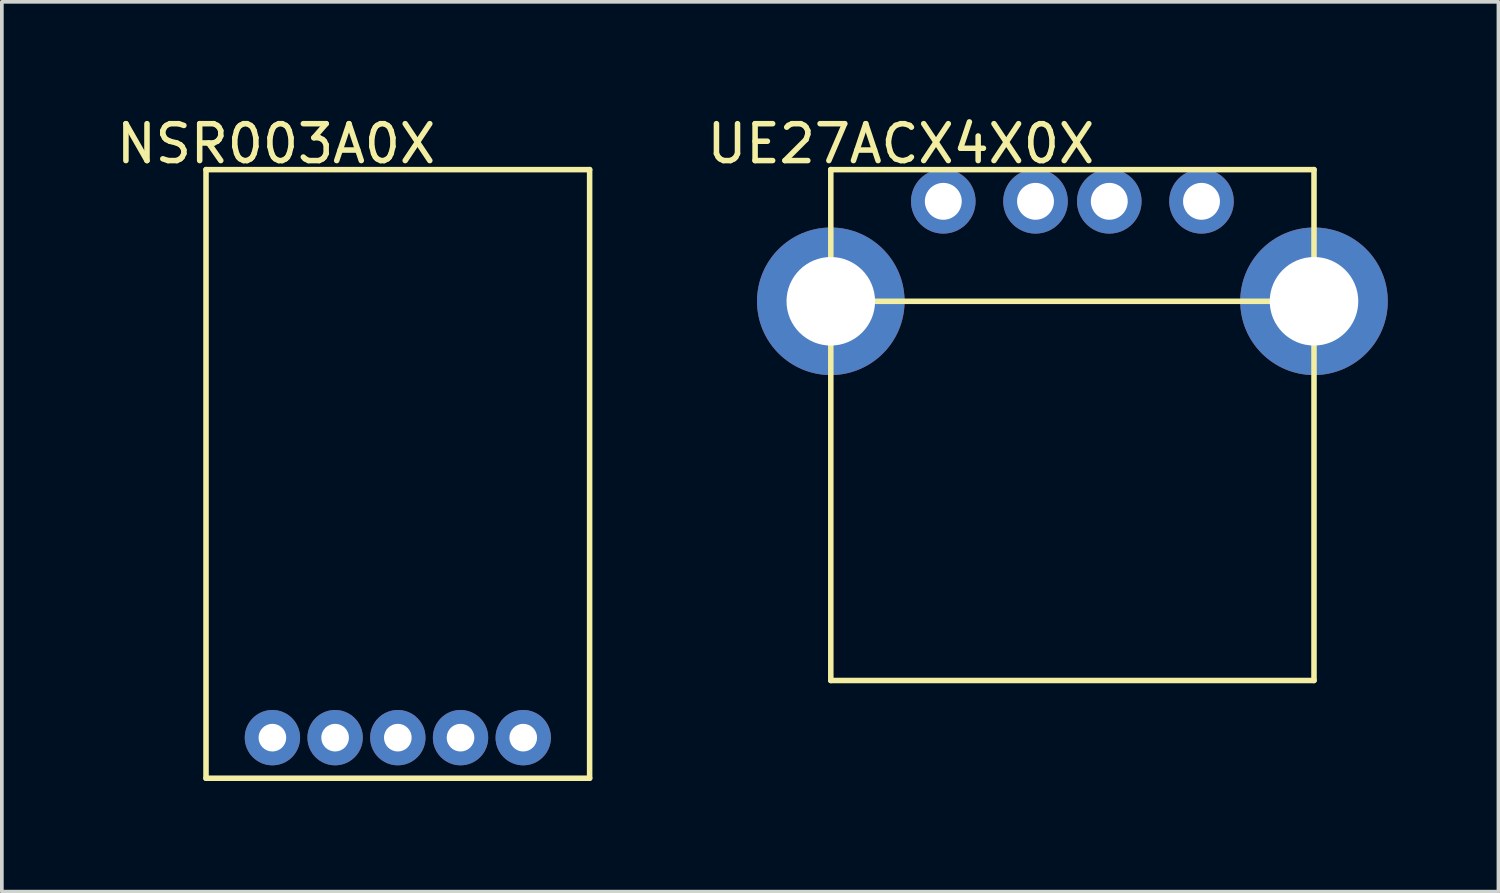
<source format=kicad_pcb>
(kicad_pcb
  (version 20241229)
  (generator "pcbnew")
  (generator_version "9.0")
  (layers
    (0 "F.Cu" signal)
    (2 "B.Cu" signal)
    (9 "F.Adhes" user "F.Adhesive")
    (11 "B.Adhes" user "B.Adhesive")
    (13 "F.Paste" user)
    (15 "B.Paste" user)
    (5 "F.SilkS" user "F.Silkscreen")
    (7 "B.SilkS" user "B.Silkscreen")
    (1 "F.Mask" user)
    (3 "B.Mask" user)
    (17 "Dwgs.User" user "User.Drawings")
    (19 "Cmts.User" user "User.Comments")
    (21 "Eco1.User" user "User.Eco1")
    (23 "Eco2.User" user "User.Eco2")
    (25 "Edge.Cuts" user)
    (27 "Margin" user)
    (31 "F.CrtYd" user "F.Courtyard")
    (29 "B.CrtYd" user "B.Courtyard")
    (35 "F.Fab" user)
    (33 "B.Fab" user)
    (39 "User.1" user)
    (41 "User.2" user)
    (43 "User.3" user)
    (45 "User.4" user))
  (footprint "UE27ACX4X0X"
    (layer "F.Cu")
    (at 19.473 1.548)
    (property "Reference" "UE27ACX4X0X" (at 1.9 -0.7 0) (layer "F.SilkS") (effects (font (size 1 1) (thickness 0.15))))
    (attr through_hole)
    (fp_line (start 0 0) (end 13.1 0) (stroke (width 0.15) (type solid)) (layer "F.SilkS"))
    (fp_line (start 0 3.57) (end 13.1 3.57) (stroke (width 0.15) (type solid)) (layer "F.SilkS"))
    (fp_line (start 0 13.85) (end 0 0) (stroke (width 0.15) (type solid)) (layer "F.SilkS"))
    (fp_line (start 13.1 0) (end 13.1 13.85) (stroke (width 0.15) (type solid)) (layer "F.SilkS"))
    (fp_line (start 13.1 13.85) (end 0 13.85) (stroke (width 0.15) (type solid)) (layer "F.SilkS"))
    (pad "1" thru_hole circle (at 3.05 0.86) (size 1.75 1.75) (drill 1) (layers "*.Cu" "*.Mask"))
    (pad "2" thru_hole circle (at 5.55 0.86) (size 1.75 1.75) (drill 1) (layers "*.Cu" "*.Mask"))
    (pad "3" thru_hole circle (at 7.55 0.86) (size 1.75 1.75) (drill 1) (layers "*.Cu" "*.Mask"))
    (pad "4" thru_hole circle (at 10.05 0.86) (size 1.75 1.75) (drill 1) (layers "*.Cu" "*.Mask"))
    (pad "5" thru_hole circle (at 0 3.57) (size 4 4) (drill 2.4) (layers "*.Cu" "*.Mask"))
    (pad "5" thru_hole circle (at 13.1 3.57) (size 4 4) (drill 2.4) (layers "*.Cu" "*.Mask")))
  (footprint "NSR003A0X"
    (layer "F.Cu")
    (at 2.535 1.548)
    (property "Reference" "NSR003A0X" (at 1.9 -0.7 0) (layer "F.SilkS") (effects (font (size 1 1) (thickness 0.15))))
    (attr through_hole)
    (fp_line (start 0 0) (end 10.4 0) (stroke (width 0.15) (type solid)) (layer "F.SilkS"))
    (fp_line (start 0 16.5) (end 0 0) (stroke (width 0.15) (type solid)) (layer "F.SilkS"))
    (fp_line (start 10.4 0) (end 10.4 16.5) (stroke (width 0.15) (type solid)) (layer "F.SilkS"))
    (fp_line (start 10.4 16.5) (end 0 16.5) (stroke (width 0.15) (type solid)) (layer "F.SilkS"))
    (pad "1" thru_hole circle (at 8.6 15.4) (size 1.5 1.5) (drill 0.75) (layers "*.Cu" "*.Mask"))
    (pad "2" thru_hole circle (at 6.9 15.4) (size 1.5 1.5) (drill 0.75) (layers "*.Cu" "*.Mask"))
    (pad "3" thru_hole circle (at 5.2 15.4) (size 1.5 1.5) (drill 0.75) (layers "*.Cu" "*.Mask"))
    (pad "4" thru_hole circle (at 3.5 15.4) (size 1.5 1.5) (drill 0.75) (layers "*.Cu" "*.Mask"))
    (pad "5" thru_hole circle (at 1.8 15.4) (size 1.5 1.5) (drill 0.75) (layers "*.Cu" "*.Mask")))
  (gr_rect
    (start -3 -3)
    (end 37.573 21.123)
    (stroke (width 0.1) (type default))
    (fill no)
    (layer "Edge.Cuts")))
</source>
